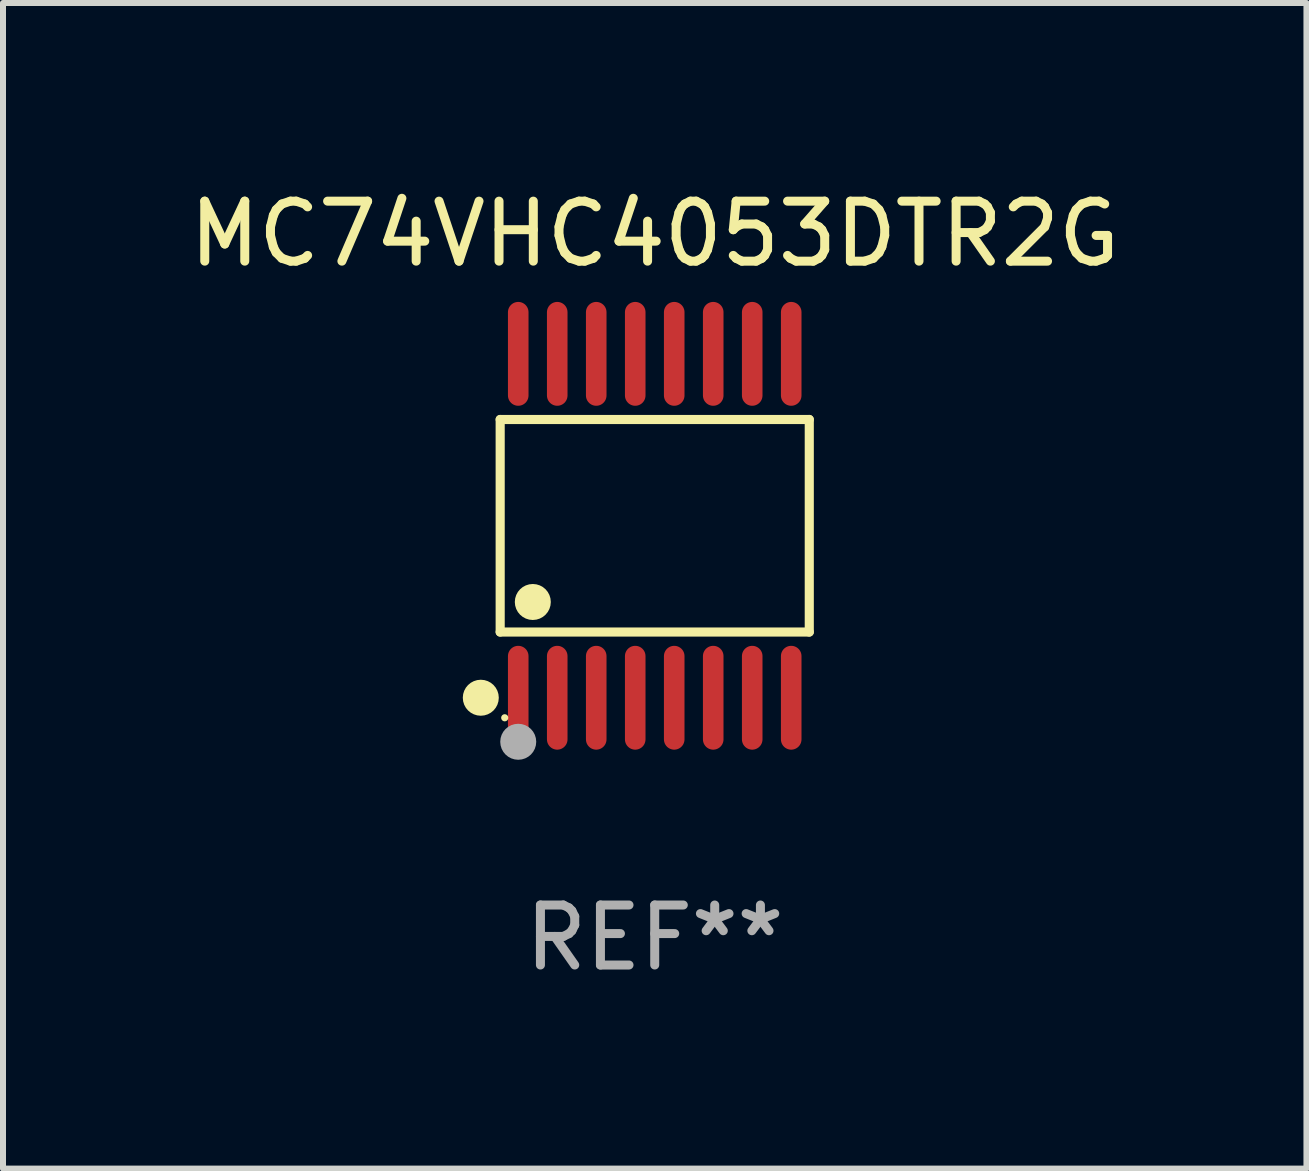
<source format=kicad_pcb>
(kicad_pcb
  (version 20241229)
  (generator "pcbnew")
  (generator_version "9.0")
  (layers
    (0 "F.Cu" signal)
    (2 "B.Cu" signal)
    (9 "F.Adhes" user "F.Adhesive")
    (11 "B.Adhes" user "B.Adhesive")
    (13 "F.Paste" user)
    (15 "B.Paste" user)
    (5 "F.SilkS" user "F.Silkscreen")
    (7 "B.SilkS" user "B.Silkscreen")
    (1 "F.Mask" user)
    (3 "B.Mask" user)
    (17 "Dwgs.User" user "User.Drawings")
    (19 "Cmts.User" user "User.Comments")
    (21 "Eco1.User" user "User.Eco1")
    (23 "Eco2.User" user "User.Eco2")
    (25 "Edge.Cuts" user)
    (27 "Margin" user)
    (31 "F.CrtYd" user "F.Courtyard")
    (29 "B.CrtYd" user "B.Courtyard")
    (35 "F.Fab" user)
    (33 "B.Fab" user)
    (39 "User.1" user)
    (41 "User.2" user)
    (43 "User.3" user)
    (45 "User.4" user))
  (footprint "MC74VHC4053DTR2G"
    (layer "F.Cu")
    (at 7.863 5.714)
    (property "Reference" "MC74VHC4053DTR2G" (at 0 -4.866 0) (layer "F.SilkS") (effects (font (size 1 1) (thickness 0.15))))
    (attr through_hole)
    (fp_line (start -2.576 -1.772) (end 2.576 -1.772) (stroke (width 0.152) (type solid)) (layer "F.SilkS"))
    (fp_line (start -2.576 1.771) (end -2.576 -1.772) (stroke (width 0.152) (type solid)) (layer "F.SilkS"))
    (fp_line (start 2.576 -1.772) (end 2.576 1.771) (stroke (width 0.152) (type solid)) (layer "F.SilkS"))
    (fp_line (start 2.576 1.771) (end -2.576 1.771) (stroke (width 0.152) (type solid)) (layer "F.SilkS"))
    (fp_circle (center -2.899 2.866) (end -2.749 2.866) (stroke (width 0.3) (type solid)) (fill no) (layer "F.SilkS"))
    (fp_circle (center -2.5 3.2) (end -2.47 3.2) (stroke (width 0.06) (type solid)) (fill no) (layer "F.SilkS"))
    (fp_circle (center -2.032 1.27) (end -1.882 1.27) (stroke (width 0.3) (type solid)) (fill no) (layer "F.SilkS"))
    (fp_circle (center -2.275 3.6) (end -2.125 3.6) (stroke (width 0.3) (type solid)) (fill no) (layer "F.Fab"))
    (fp_text user "REF**" (at 0 6.866 0) (layer "F.Fab") (effects (font (size 1 1) (thickness 0.15))))
    (pad "1" smd oval (at -2.275 2.866) (size 0.343 1.731) (layers "F.Cu" "F.Mask" "F.Paste"))
    (pad "2" smd oval (at -1.625 2.866) (size 0.343 1.731) (layers "F.Cu" "F.Mask" "F.Paste"))
    (pad "3" smd oval (at -0.975 2.866) (size 0.343 1.731) (layers "F.Cu" "F.Mask" "F.Paste"))
    (pad "4" smd oval (at -0.325 2.866) (size 0.343 1.731) (layers "F.Cu" "F.Mask" "F.Paste"))
    (pad "5" smd oval (at 0.325 2.866) (size 0.343 1.731) (layers "F.Cu" "F.Mask" "F.Paste"))
    (pad "6" smd oval (at 0.975 2.866) (size 0.343 1.731) (layers "F.Cu" "F.Mask" "F.Paste"))
    (pad "7" smd oval (at 1.625 2.866) (size 0.343 1.731) (layers "F.Cu" "F.Mask" "F.Paste"))
    (pad "8" smd oval (at 2.275 2.866) (size 0.343 1.731) (layers "F.Cu" "F.Mask" "F.Paste"))
    (pad "9" smd oval (at 2.275 -2.866) (size 0.343 1.731) (layers "F.Cu" "F.Mask" "F.Paste"))
    (pad "10" smd oval (at 1.625 -2.866) (size 0.343 1.731) (layers "F.Cu" "F.Mask" "F.Paste"))
    (pad "11" smd oval (at 0.975 -2.866) (size 0.343 1.731) (layers "F.Cu" "F.Mask" "F.Paste"))
    (pad "12" smd oval (at 0.325 -2.866) (size 0.343 1.731) (layers "F.Cu" "F.Mask" "F.Paste"))
    (pad "13" smd oval (at -0.325 -2.866) (size 0.343 1.731) (layers "F.Cu" "F.Mask" "F.Paste"))
    (pad "14" smd oval (at -0.975 -2.866) (size 0.343 1.731) (layers "F.Cu" "F.Mask" "F.Paste"))
    (pad "15" smd oval (at -1.625 -2.866) (size 0.343 1.731) (layers "F.Cu" "F.Mask" "F.Paste"))
    (pad "16" smd oval (at -2.275 -2.866) (size 0.343 1.731) (layers "F.Cu" "F.Mask" "F.Paste")))
  (gr_rect
    (start -3 -3)
    (end 18.726 16.428)
    (stroke (width 0.1) (type default))
    (fill no)
    (layer "Edge.Cuts")))
</source>
